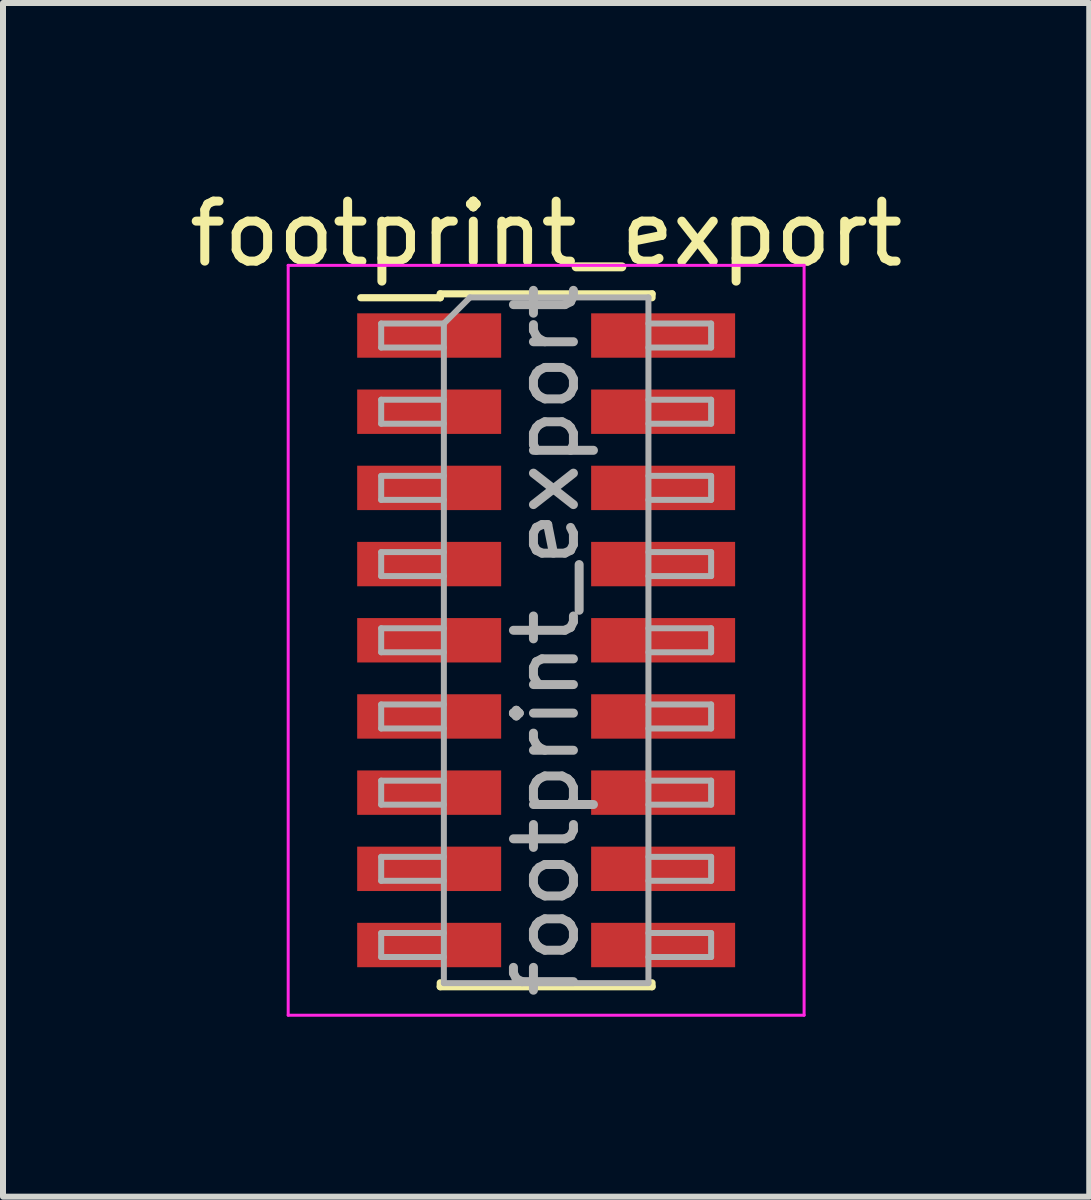
<source format=kicad_pcb>
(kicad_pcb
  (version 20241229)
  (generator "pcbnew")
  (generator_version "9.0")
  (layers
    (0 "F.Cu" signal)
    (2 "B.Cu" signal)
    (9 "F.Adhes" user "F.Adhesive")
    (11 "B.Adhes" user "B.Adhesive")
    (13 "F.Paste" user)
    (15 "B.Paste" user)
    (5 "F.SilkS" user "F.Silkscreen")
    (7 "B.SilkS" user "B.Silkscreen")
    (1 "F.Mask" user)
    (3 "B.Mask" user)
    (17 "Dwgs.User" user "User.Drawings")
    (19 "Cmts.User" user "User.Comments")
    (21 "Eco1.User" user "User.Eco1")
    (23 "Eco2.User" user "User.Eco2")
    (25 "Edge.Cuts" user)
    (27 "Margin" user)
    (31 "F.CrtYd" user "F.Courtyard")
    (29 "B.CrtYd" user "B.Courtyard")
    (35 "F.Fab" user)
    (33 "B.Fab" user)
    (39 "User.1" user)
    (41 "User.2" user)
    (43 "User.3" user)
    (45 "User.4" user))
  (footprint "footprint_export"
    (layer "F.Cu")
    (at 6.054 7.623)
    (property "Reference" "footprint_export" (at 0 -6.775 0) (layer "F.SilkS") (effects (font (size 1 1) (thickness 0.15))))
    (attr smd)
    (fp_line (start -3.09 -5.71) (end -1.765 -5.71) (stroke (width 0.12) (type solid)) (layer "F.SilkS"))
    (fp_line (start -1.765 -5.775) (end -1.765 -5.71) (stroke (width 0.12) (type solid)) (layer "F.SilkS"))
    (fp_line (start -1.765 -5.775) (end 1.765 -5.775) (stroke (width 0.12) (type solid)) (layer "F.SilkS"))
    (fp_line (start -1.765 5.71) (end -1.765 5.775) (stroke (width 0.12) (type solid)) (layer "F.SilkS"))
    (fp_line (start -1.765 5.775) (end 1.765 5.775) (stroke (width 0.12) (type solid)) (layer "F.SilkS"))
    (fp_line (start 1.765 -5.775) (end 1.765 -5.71) (stroke (width 0.12) (type solid)) (layer "F.SilkS"))
    (fp_line (start 1.765 5.71) (end 1.765 5.775) (stroke (width 0.12) (type solid)) (layer "F.SilkS"))
    (fp_line (start -4.3 -6.25) (end -4.3 6.25) (stroke (width 0.05) (type solid)) (layer "F.CrtYd"))
    (fp_line (start -4.3 6.25) (end 4.3 6.25) (stroke (width 0.05) (type solid)) (layer "F.CrtYd"))
    (fp_line (start 4.3 -6.25) (end -4.3 -6.25) (stroke (width 0.05) (type solid)) (layer "F.CrtYd"))
    (fp_line (start 4.3 6.25) (end 4.3 -6.25) (stroke (width 0.05) (type solid)) (layer "F.CrtYd"))
    (fp_line (start -2.75 -5.28) (end -2.75 -4.88) (stroke (width 0.1) (type solid)) (layer "F.Fab"))
    (fp_line (start -2.75 -4.88) (end -1.705 -4.88) (stroke (width 0.1) (type solid)) (layer "F.Fab"))
    (fp_line (start -2.75 -4.01) (end -2.75 -3.61) (stroke (width 0.1) (type solid)) (layer "F.Fab"))
    (fp_line (start -2.75 -3.61) (end -1.705 -3.61) (stroke (width 0.1) (type solid)) (layer "F.Fab"))
    (fp_line (start -2.75 -2.74) (end -2.75 -2.34) (stroke (width 0.1) (type solid)) (layer "F.Fab"))
    (fp_line (start -2.75 -2.34) (end -1.705 -2.34) (stroke (width 0.1) (type solid)) (layer "F.Fab"))
    (fp_line (start -2.75 -1.47) (end -2.75 -1.07) (stroke (width 0.1) (type solid)) (layer "F.Fab"))
    (fp_line (start -2.75 -1.07) (end -1.705 -1.07) (stroke (width 0.1) (type solid)) (layer "F.Fab"))
    (fp_line (start -2.75 -0.2) (end -2.75 0.2) (stroke (width 0.1) (type solid)) (layer "F.Fab"))
    (fp_line (start -2.75 0.2) (end -1.705 0.2) (stroke (width 0.1) (type solid)) (layer "F.Fab"))
    (fp_line (start -2.75 1.07) (end -2.75 1.47) (stroke (width 0.1) (type solid)) (layer "F.Fab"))
    (fp_line (start -2.75 1.47) (end -1.705 1.47) (stroke (width 0.1) (type solid)) (layer "F.Fab"))
    (fp_line (start -2.75 2.34) (end -2.75 2.74) (stroke (width 0.1) (type solid)) (layer "F.Fab"))
    (fp_line (start -2.75 2.74) (end -1.705 2.74) (stroke (width 0.1) (type solid)) (layer "F.Fab"))
    (fp_line (start -2.75 3.61) (end -2.75 4.01) (stroke (width 0.1) (type solid)) (layer "F.Fab"))
    (fp_line (start -2.75 4.01) (end -1.705 4.01) (stroke (width 0.1) (type solid)) (layer "F.Fab"))
    (fp_line (start -2.75 4.88) (end -2.75 5.28) (stroke (width 0.1) (type solid)) (layer "F.Fab"))
    (fp_line (start -2.75 5.28) (end -1.705 5.28) (stroke (width 0.1) (type solid)) (layer "F.Fab"))
    (fp_line (start -1.705 -5.28) (end -2.75 -5.28) (stroke (width 0.1) (type solid)) (layer "F.Fab"))
    (fp_line (start -1.705 -5.28) (end -1.27 -5.715) (stroke (width 0.1) (type solid)) (layer "F.Fab"))
    (fp_line (start -1.705 -4.01) (end -2.75 -4.01) (stroke (width 0.1) (type solid)) (layer "F.Fab"))
    (fp_line (start -1.705 -2.74) (end -2.75 -2.74) (stroke (width 0.1) (type solid)) (layer "F.Fab"))
    (fp_line (start -1.705 -1.47) (end -2.75 -1.47) (stroke (width 0.1) (type solid)) (layer "F.Fab"))
    (fp_line (start -1.705 -0.2) (end -2.75 -0.2) (stroke (width 0.1) (type solid)) (layer "F.Fab"))
    (fp_line (start -1.705 1.07) (end -2.75 1.07) (stroke (width 0.1) (type solid)) (layer "F.Fab"))
    (fp_line (start -1.705 2.34) (end -2.75 2.34) (stroke (width 0.1) (type solid)) (layer "F.Fab"))
    (fp_line (start -1.705 3.61) (end -2.75 3.61) (stroke (width 0.1) (type solid)) (layer "F.Fab"))
    (fp_line (start -1.705 4.88) (end -2.75 4.88) (stroke (width 0.1) (type solid)) (layer "F.Fab"))
    (fp_line (start -1.705 5.715) (end -1.705 -5.28) (stroke (width 0.1) (type solid)) (layer "F.Fab"))
    (fp_line (start -1.27 -5.715) (end 1.705 -5.715) (stroke (width 0.1) (type solid)) (layer "F.Fab"))
    (fp_line (start 1.705 -5.715) (end 1.705 5.715) (stroke (width 0.1) (type solid)) (layer "F.Fab"))
    (fp_line (start 1.705 -5.28) (end 2.75 -5.28) (stroke (width 0.1) (type solid)) (layer "F.Fab"))
    (fp_line (start 1.705 -4.01) (end 2.75 -4.01) (stroke (width 0.1) (type solid)) (layer "F.Fab"))
    (fp_line (start 1.705 -2.74) (end 2.75 -2.74) (stroke (width 0.1) (type solid)) (layer "F.Fab"))
    (fp_line (start 1.705 -1.47) (end 2.75 -1.47) (stroke (width 0.1) (type solid)) (layer "F.Fab"))
    (fp_line (start 1.705 -0.2) (end 2.75 -0.2) (stroke (width 0.1) (type solid)) (layer "F.Fab"))
    (fp_line (start 1.705 1.07) (end 2.75 1.07) (stroke (width 0.1) (type solid)) (layer "F.Fab"))
    (fp_line (start 1.705 2.34) (end 2.75 2.34) (stroke (width 0.1) (type solid)) (layer "F.Fab"))
    (fp_line (start 1.705 3.61) (end 2.75 3.61) (stroke (width 0.1) (type solid)) (layer "F.Fab"))
    (fp_line (start 1.705 4.88) (end 2.75 4.88) (stroke (width 0.1) (type solid)) (layer "F.Fab"))
    (fp_line (start 1.705 5.715) (end -1.705 5.715) (stroke (width 0.1) (type solid)) (layer "F.Fab"))
    (fp_line (start 2.75 -5.28) (end 2.75 -4.88) (stroke (width 0.1) (type solid)) (layer "F.Fab"))
    (fp_line (start 2.75 -4.88) (end 1.705 -4.88) (stroke (width 0.1) (type solid)) (layer "F.Fab"))
    (fp_line (start 2.75 -4.01) (end 2.75 -3.61) (stroke (width 0.1) (type solid)) (layer "F.Fab"))
    (fp_line (start 2.75 -3.61) (end 1.705 -3.61) (stroke (width 0.1) (type solid)) (layer "F.Fab"))
    (fp_line (start 2.75 -2.74) (end 2.75 -2.34) (stroke (width 0.1) (type solid)) (layer "F.Fab"))
    (fp_line (start 2.75 -2.34) (end 1.705 -2.34) (stroke (width 0.1) (type solid)) (layer "F.Fab"))
    (fp_line (start 2.75 -1.47) (end 2.75 -1.07) (stroke (width 0.1) (type solid)) (layer "F.Fab"))
    (fp_line (start 2.75 -1.07) (end 1.705 -1.07) (stroke (width 0.1) (type solid)) (layer "F.Fab"))
    (fp_line (start 2.75 -0.2) (end 2.75 0.2) (stroke (width 0.1) (type solid)) (layer "F.Fab"))
    (fp_line (start 2.75 0.2) (end 1.705 0.2) (stroke (width 0.1) (type solid)) (layer "F.Fab"))
    (fp_line (start 2.75 1.07) (end 2.75 1.47) (stroke (width 0.1) (type solid)) (layer "F.Fab"))
    (fp_line (start 2.75 1.47) (end 1.705 1.47) (stroke (width 0.1) (type solid)) (layer "F.Fab"))
    (fp_line (start 2.75 2.34) (end 2.75 2.74) (stroke (width 0.1) (type solid)) (layer "F.Fab"))
    (fp_line (start 2.75 2.74) (end 1.705 2.74) (stroke (width 0.1) (type solid)) (layer "F.Fab"))
    (fp_line (start 2.75 3.61) (end 2.75 4.01) (stroke (width 0.1) (type solid)) (layer "F.Fab"))
    (fp_line (start 2.75 4.01) (end 1.705 4.01) (stroke (width 0.1) (type solid)) (layer "F.Fab"))
    (fp_line (start 2.75 4.88) (end 2.75 5.28) (stroke (width 0.1) (type solid)) (layer "F.Fab"))
    (fp_line (start 2.75 5.28) (end 1.705 5.28) (stroke (width 0.1) (type solid)) (layer "F.Fab"))
    (fp_text user "${REFERENCE}" (at 0 0 90) (layer "F.Fab") (effects (font (size 1 1) (thickness 0.15))))
    (pad "1" smd rect (at -1.95 -5.08) (size 2.4 0.74) (layers "F.Cu" "F.Mask" "F.Paste"))
    (pad "2" smd rect (at 1.95 -5.08) (size 2.4 0.74) (layers "F.Cu" "F.Mask" "F.Paste"))
    (pad "3" smd rect (at -1.95 -3.81) (size 2.4 0.74) (layers "F.Cu" "F.Mask" "F.Paste"))
    (pad "4" smd rect (at 1.95 -3.81) (size 2.4 0.74) (layers "F.Cu" "F.Mask" "F.Paste"))
    (pad "5" smd rect (at -1.95 -2.54) (size 2.4 0.74) (layers "F.Cu" "F.Mask" "F.Paste"))
    (pad "6" smd rect (at 1.95 -2.54) (size 2.4 0.74) (layers "F.Cu" "F.Mask" "F.Paste"))
    (pad "7" smd rect (at -1.95 -1.27) (size 2.4 0.74) (layers "F.Cu" "F.Mask" "F.Paste"))
    (pad "8" smd rect (at 1.95 -1.27) (size 2.4 0.74) (layers "F.Cu" "F.Mask" "F.Paste"))
    (pad "9" smd rect (at -1.95 0) (size 2.4 0.74) (layers "F.Cu" "F.Mask" "F.Paste"))
    (pad "10" smd rect (at 1.95 0) (size 2.4 0.74) (layers "F.Cu" "F.Mask" "F.Paste"))
    (pad "11" smd rect (at -1.95 1.27) (size 2.4 0.74) (layers "F.Cu" "F.Mask" "F.Paste"))
    (pad "12" smd rect (at 1.95 1.27) (size 2.4 0.74) (layers "F.Cu" "F.Mask" "F.Paste"))
    (pad "13" smd rect (at -1.95 2.54) (size 2.4 0.74) (layers "F.Cu" "F.Mask" "F.Paste"))
    (pad "14" smd rect (at 1.95 2.54) (size 2.4 0.74) (layers "F.Cu" "F.Mask" "F.Paste"))
    (pad "15" smd rect (at -1.95 3.81) (size 2.4 0.74) (layers "F.Cu" "F.Mask" "F.Paste"))
    (pad "16" smd rect (at 1.95 3.81) (size 2.4 0.74) (layers "F.Cu" "F.Mask" "F.Paste"))
    (pad "17" smd rect (at -1.95 5.08) (size 2.4 0.74) (layers "F.Cu" "F.Mask" "F.Paste"))
    (pad "18" smd rect (at 1.95 5.08) (size 2.4 0.74) (layers "F.Cu" "F.Mask" "F.Paste")))
  (gr_rect
    (start -3 -3)
    (end 15.107 16.898)
    (stroke (width 0.1) (type default))
    (fill no)
    (layer "Edge.Cuts")))
</source>
